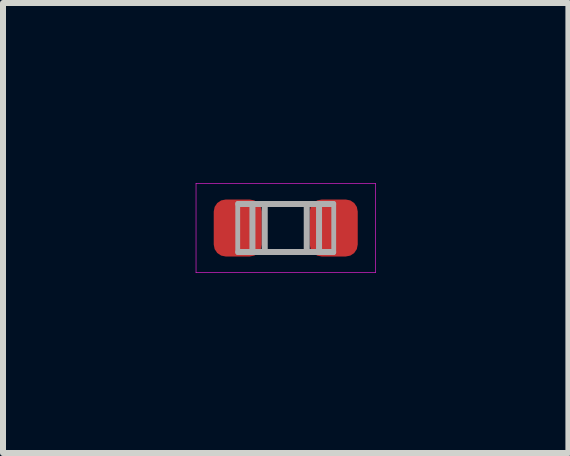
<source format=kicad_pcb>
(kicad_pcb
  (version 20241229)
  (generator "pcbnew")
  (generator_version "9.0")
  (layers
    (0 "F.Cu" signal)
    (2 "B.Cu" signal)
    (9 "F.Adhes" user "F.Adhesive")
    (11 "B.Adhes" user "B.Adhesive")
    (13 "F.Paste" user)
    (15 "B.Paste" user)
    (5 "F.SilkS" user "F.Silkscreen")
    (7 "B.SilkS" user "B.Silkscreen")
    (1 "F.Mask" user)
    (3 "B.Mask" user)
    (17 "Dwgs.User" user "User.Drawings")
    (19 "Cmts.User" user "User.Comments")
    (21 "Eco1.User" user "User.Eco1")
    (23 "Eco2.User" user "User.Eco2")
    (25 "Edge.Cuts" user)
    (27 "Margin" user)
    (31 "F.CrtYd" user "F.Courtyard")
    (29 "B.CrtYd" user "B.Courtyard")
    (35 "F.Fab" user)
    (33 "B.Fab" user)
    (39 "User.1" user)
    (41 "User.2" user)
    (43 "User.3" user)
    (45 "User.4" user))
  (footprint ".0603-B-NOSILK"
    (layer "F.Cu")
    (at 1.712 0.75)
    (property "Reference" ".0603-B-NOSILK" (at 0 0 0) (layer "F.Mask") (effects (font (size 0.255 0.255) (thickness 0.045))))
    (fp_line (start -0.8 0.41) (end -0.8 -0.41) (stroke (width 0.08) (type solid)) (layer "F.Mask"))
    (fp_line (start -0.79 -0.4) (end 0.79 -0.4) (stroke (width 0.1) (type solid)) (layer "F.Mask"))
    (fp_line (start 0.79 0.4) (end -0.79 0.4) (stroke (width 0.1) (type solid)) (layer "F.Mask"))
    (fp_line (start 0.8 -0.41) (end 0.8 0.41) (stroke (width 0.08) (type solid)) (layer "F.Mask"))
    (fp_poly (pts (xy -0.34 0.54) (xy -1.26 0.54) (xy -1.26 -0.54) (xy -0.34 -0.54)) (stroke (width 0) (type solid)) (fill yes) (layer "F.Mask"))
    (fp_poly (pts (xy 1.26 0.54) (xy 0.34 0.54) (xy 0.34 -0.54) (xy 1.26 -0.54)) (stroke (width 0) (type solid)) (fill yes) (layer "F.Mask"))
    (fp_line (start -1.495 -0.745) (end -1.495 0.745) (stroke (width 0.01) (type solid)) (layer "F.CrtYd"))
    (fp_line (start -1.495 0.745) (end 1.495 0.745) (stroke (width 0.01) (type solid)) (layer "F.CrtYd"))
    (fp_line (start 1.495 -0.745) (end -1.495 -0.745) (stroke (width 0.01) (type solid)) (layer "F.CrtYd"))
    (fp_line (start 1.495 0.745) (end 1.495 -0.745) (stroke (width 0.01) (type solid)) (layer "F.CrtYd"))
    (fp_line (start -0.8 0.41) (end -0.8 -0.41) (stroke (width 0.08) (type solid)) (layer "F.Fab"))
    (fp_line (start -0.79 -0.4) (end 0.79 -0.4) (stroke (width 0.1) (type solid)) (layer "F.Fab"))
    (fp_line (start 0.79 0.4) (end -0.79 0.4) (stroke (width 0.1) (type solid)) (layer "F.Fab"))
    (fp_line (start 0.8 -0.41) (end 0.8 0.41) (stroke (width 0.08) (type solid)) (layer "F.Fab"))
    (fp_poly (pts (xy -0.555 0.4) (xy -0.35 0.4) (xy -0.35 -0.4) (xy -0.555 -0.4)) (stroke (width 0.1) (type solid)) (fill no) (layer "F.Fab"))
    (fp_poly (pts (xy 0.35 0.4) (xy 0.555 0.4) (xy 0.555 -0.4) (xy 0.35 -0.4)) (stroke (width 0.1) (type solid)) (fill no) (layer "F.Fab"))
    (pad "1" smd roundrect (at -0.8 0) (size 0.8 0.95) (layers "F.Cu" "F.Paste") (roundrect_rratio 0.25))
    (pad "2" smd roundrect (at 0.8 0) (size 0.8 0.95) (layers "F.Cu" "F.Paste") (roundrect_rratio 0.25)))
  (gr_rect
    (start -3 -3)
    (end 6.423 4.5)
    (stroke (width 0.1) (type default))
    (fill no)
    (layer "Edge.Cuts")))
</source>
